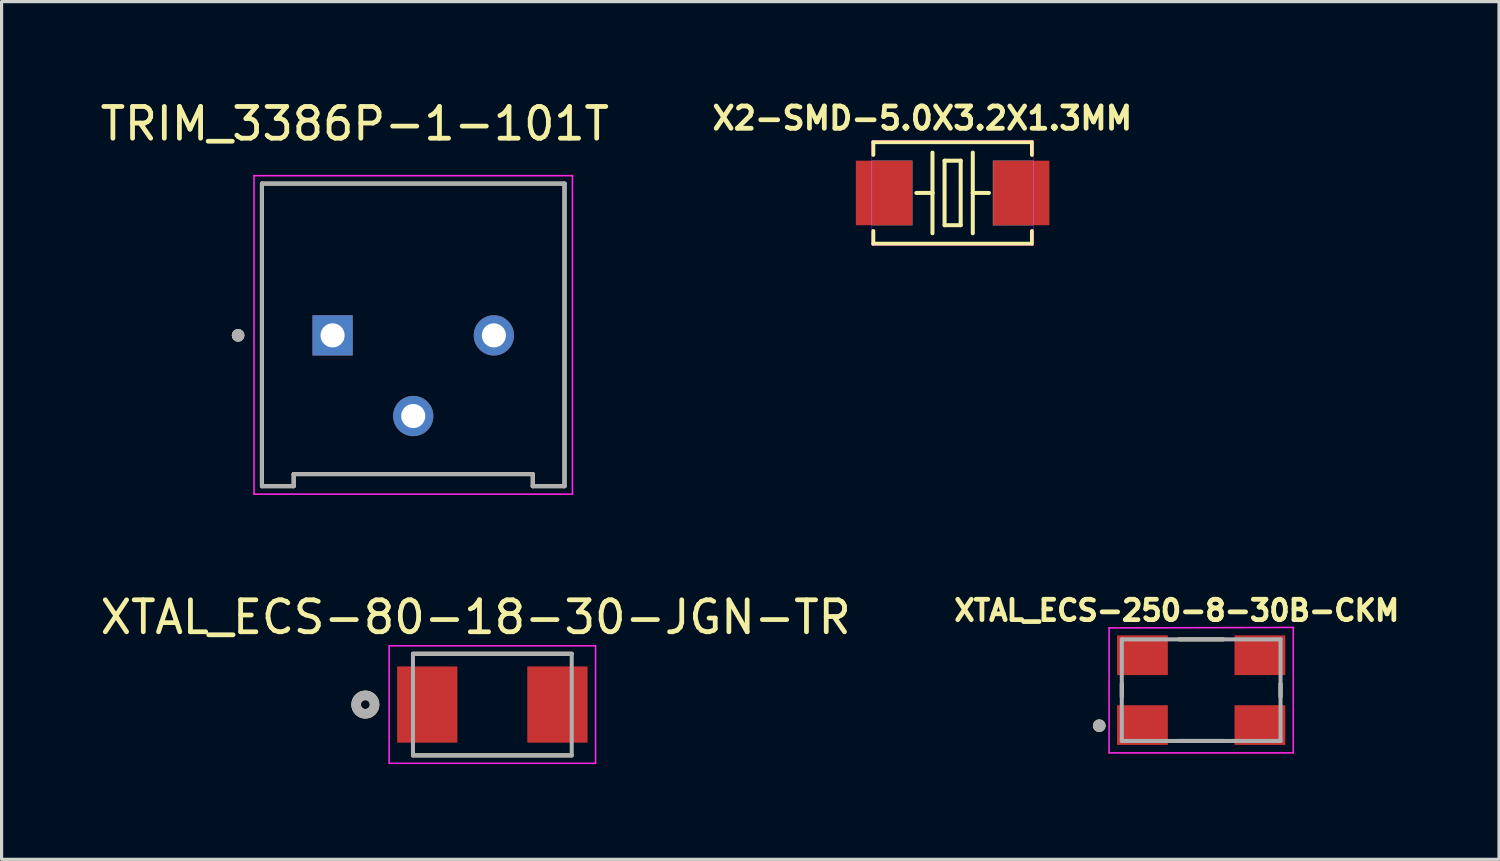
<source format=kicad_pcb>
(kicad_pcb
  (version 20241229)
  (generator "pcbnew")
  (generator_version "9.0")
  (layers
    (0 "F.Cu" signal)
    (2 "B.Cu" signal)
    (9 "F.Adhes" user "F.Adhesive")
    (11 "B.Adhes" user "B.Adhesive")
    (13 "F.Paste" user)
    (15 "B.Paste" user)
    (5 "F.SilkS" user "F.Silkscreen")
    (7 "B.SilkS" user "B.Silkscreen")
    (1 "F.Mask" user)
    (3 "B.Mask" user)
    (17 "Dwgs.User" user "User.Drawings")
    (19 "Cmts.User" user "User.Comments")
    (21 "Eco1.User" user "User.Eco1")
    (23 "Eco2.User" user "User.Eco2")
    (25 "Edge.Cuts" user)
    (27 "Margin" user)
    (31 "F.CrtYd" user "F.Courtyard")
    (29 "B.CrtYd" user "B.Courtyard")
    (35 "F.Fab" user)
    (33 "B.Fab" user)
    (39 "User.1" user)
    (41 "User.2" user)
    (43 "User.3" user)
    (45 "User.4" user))
  (footprint "XTAL_ECS-250-8-30B-CKM"
    (layer "F.Cu")
    (at 34.782 18.687)
    (property "Reference" "XTAL_ECS-250-8-30B-CKM" (at -0.769 -2.51 0) (layer "F.SilkS") (effects (font (size 0.641 0.641) (thickness 0.15))))
    (attr through_hole)
    (fp_line (start -2.5 0.2) (end -2.5 -0.2) (stroke (width 0.127) (type solid)) (layer "F.SilkS"))
    (fp_line (start -0.7 1.6) (end 0.7 1.6) (stroke (width 0.127) (type solid)) (layer "F.SilkS"))
    (fp_line (start 0.7 -1.6) (end -0.7 -1.6) (stroke (width 0.127) (type solid)) (layer "F.SilkS"))
    (fp_line (start 2.5 0.2) (end 2.5 -0.2) (stroke (width 0.127) (type solid)) (layer "F.SilkS"))
    (fp_circle (center -3.21 1.12) (end -3.11 1.12) (stroke (width 0.2) (type solid)) (fill no) (layer "F.SilkS"))
    (fp_line (start -2.9 -1.96) (end -2.9 1.975) (stroke (width 0.05) (type solid)) (layer "F.CrtYd"))
    (fp_line (start -2.9 1.975) (end 2.9 1.975) (stroke (width 0.05) (type solid)) (layer "F.CrtYd"))
    (fp_line (start 2.9 -1.975) (end -2.9 -1.96) (stroke (width 0.05) (type solid)) (layer "F.CrtYd"))
    (fp_line (start 2.9 1.975) (end 2.9 -1.975) (stroke (width 0.05) (type solid)) (layer "F.CrtYd"))
    (fp_line (start -2.5 -1.6) (end -2.5 1.6) (stroke (width 0.127) (type solid)) (layer "F.Fab"))
    (fp_line (start -2.5 1.6) (end 2.5 1.6) (stroke (width 0.127) (type solid)) (layer "F.Fab"))
    (fp_line (start 2.5 -1.6) (end -2.5 -1.6) (stroke (width 0.127) (type solid)) (layer "F.Fab"))
    (fp_line (start 2.5 1.6) (end 2.5 -1.6) (stroke (width 0.127) (type solid)) (layer "F.Fab"))
    (fp_circle (center -3.21 1.12) (end -3.11 1.12) (stroke (width 0.2) (type solid)) (fill no) (layer "F.Fab"))
    (pad "1" smd rect (at -1.85 1.1 180) (size 1.6 1.25) (layers "F.Cu" "F.Mask" "F.Paste"))
    (pad "2" smd rect (at 1.85 1.1 180) (size 1.6 1.25) (layers "F.Cu" "F.Mask" "F.Paste"))
    (pad "3" smd rect (at 1.85 -1.1 180) (size 1.6 1.25) (layers "F.Cu" "F.Mask" "F.Paste"))
    (pad "4" smd rect (at -1.85 -1.1 180) (size 1.6 1.25) (layers "F.Cu" "F.Mask" "F.Paste")))
  (footprint "TRIM_3386P-1-101T"
    (layer "F.Cu")
    (at 9.965 7.498)
    (property "Reference" "TRIM_3386P-1-101T" (at -1.84 -6.65 0) (layer "F.SilkS") (effects (font (size 1 1) (thickness 0.15))))
    (attr through_hole)
    (fp_line (start -4.765 -4.765) (end 4.765 -4.765) (stroke (width 0.127) (type solid)) (layer "F.SilkS"))
    (fp_line (start -4.765 4.765) (end -4.765 -4.765) (stroke (width 0.127) (type solid)) (layer "F.SilkS"))
    (fp_line (start -3.765 4.385) (end -3.765 4.765) (stroke (width 0.127) (type solid)) (layer "F.SilkS"))
    (fp_line (start -3.765 4.765) (end -4.765 4.765) (stroke (width 0.127) (type solid)) (layer "F.SilkS"))
    (fp_line (start 3.765 4.385) (end -3.765 4.385) (stroke (width 0.127) (type solid)) (layer "F.SilkS"))
    (fp_line (start 3.765 4.765) (end 3.765 4.385) (stroke (width 0.127) (type solid)) (layer "F.SilkS"))
    (fp_line (start 4.765 -4.765) (end 4.765 4.765) (stroke (width 0.127) (type solid)) (layer "F.SilkS"))
    (fp_line (start 4.765 4.765) (end 3.765 4.765) (stroke (width 0.127) (type solid)) (layer "F.SilkS"))
    (fp_circle (center -5.515 0.015) (end -5.415 0.015) (stroke (width 0.2) (type solid)) (fill no) (layer "F.SilkS"))
    (fp_line (start -5.015 -5.015) (end -5.015 5.015) (stroke (width 0.05) (type solid)) (layer "F.CrtYd"))
    (fp_line (start -5.015 5.015) (end 5.015 5.015) (stroke (width 0.05) (type solid)) (layer "F.CrtYd"))
    (fp_line (start 5.015 -5.015) (end -5.015 -5.015) (stroke (width 0.05) (type solid)) (layer "F.CrtYd"))
    (fp_line (start 5.015 5.015) (end 5.015 -5.015) (stroke (width 0.05) (type solid)) (layer "F.CrtYd"))
    (fp_line (start -4.765 -4.765) (end 4.765 -4.765) (stroke (width 0.127) (type solid)) (layer "F.Fab"))
    (fp_line (start -4.765 4.765) (end -4.765 -4.765) (stroke (width 0.127) (type solid)) (layer "F.Fab"))
    (fp_line (start -3.765 4.385) (end -3.765 4.765) (stroke (width 0.127) (type solid)) (layer "F.Fab"))
    (fp_line (start -3.765 4.765) (end -4.765 4.765) (stroke (width 0.127) (type solid)) (layer "F.Fab"))
    (fp_line (start 3.765 4.385) (end -3.765 4.385) (stroke (width 0.127) (type solid)) (layer "F.Fab"))
    (fp_line (start 3.765 4.765) (end 3.765 4.385) (stroke (width 0.127) (type solid)) (layer "F.Fab"))
    (fp_line (start 4.765 -4.765) (end 4.765 4.765) (stroke (width 0.127) (type solid)) (layer "F.Fab"))
    (fp_line (start 4.765 4.765) (end 3.765 4.765) (stroke (width 0.127) (type solid)) (layer "F.Fab"))
    (fp_circle (center -5.515 0.015) (end -5.415 0.015) (stroke (width 0.2) (type solid)) (fill no) (layer "F.Fab"))
    (pad "1" thru_hole rect (at -2.54 0.015) (size 1.268 1.268) (drill 0.76) (layers "*.Cu" "*.Mask"))
    (pad "2" thru_hole circle (at 0 2.555) (size 1.268 1.268) (drill 0.76) (layers "*.Cu" "*.Mask"))
    (pad "3" thru_hole circle (at 2.54 0.015) (size 1.268 1.268) (drill 0.76) (layers "*.Cu" "*.Mask")))
  (footprint "X2-SMD-5.0X3.2X1.3MM"
    (layer "F.Cu")
    (at 26.954 3.027)
    (property "Reference" "X2-SMD-5.0X3.2X1.3MM" (at -0.954 -2.354 0) (layer "F.SilkS") (effects (font (size 0.701 0.701) (thickness 0.15))))
    (attr smd)
    (fp_line (start -2.5 -1.6) (end -2.5 -1.2) (stroke (width 0.127) (type solid)) (layer "F.SilkS"))
    (fp_line (start -2.5 1.2) (end -2.5 1.6) (stroke (width 0.127) (type solid)) (layer "F.SilkS"))
    (fp_line (start -2.5 1.6) (end 2.5 1.6) (stroke (width 0.127) (type solid)) (layer "F.SilkS"))
    (fp_line (start -0.635 -1.27) (end -0.635 0) (stroke (width 0.127) (type solid)) (layer "F.SilkS"))
    (fp_line (start -0.635 0) (end -1.143 0) (stroke (width 0.127) (type solid)) (layer "F.SilkS"))
    (fp_line (start -0.635 0) (end -0.635 1.27) (stroke (width 0.127) (type solid)) (layer "F.SilkS"))
    (fp_line (start -0.254 -1.016) (end -0.254 1.016) (stroke (width 0.127) (type solid)) (layer "F.SilkS"))
    (fp_line (start -0.254 1.016) (end 0.254 1.016) (stroke (width 0.127) (type solid)) (layer "F.SilkS"))
    (fp_line (start 0.254 -1.016) (end -0.254 -1.016) (stroke (width 0.127) (type solid)) (layer "F.SilkS"))
    (fp_line (start 0.254 1.016) (end 0.254 -1.016) (stroke (width 0.127) (type solid)) (layer "F.SilkS"))
    (fp_line (start 0.635 -1.27) (end 0.635 0) (stroke (width 0.127) (type solid)) (layer "F.SilkS"))
    (fp_line (start 0.635 0) (end 0.635 1.27) (stroke (width 0.127) (type solid)) (layer "F.SilkS"))
    (fp_line (start 0.635 0) (end 1.143 0) (stroke (width 0.127) (type solid)) (layer "F.SilkS"))
    (fp_line (start 2.5 -1.6) (end -2.5 -1.6) (stroke (width 0.127) (type solid)) (layer "F.SilkS"))
    (fp_line (start 2.5 -1.2) (end 2.5 -1.6) (stroke (width 0.127) (type solid)) (layer "F.SilkS"))
    (fp_line (start 2.5 1.6) (end 2.5 1.2) (stroke (width 0.127) (type solid)) (layer "F.SilkS"))
    (fp_poly (pts (xy -2.544 -1.651) (xy 2.54 -1.651) (xy 2.54 1.654) (xy -2.544 1.654)) (stroke (width 0.01) (type solid)) (fill no) (layer "F.CrtYd"))
    (fp_poly (pts (xy -2.544 -1.016) (xy -1.27 -1.016) (xy -1.27 1.018) (xy -2.544 1.018)) (stroke (width 0.01) (type solid)) (fill no) (layer "F.Fab"))
    (fp_poly (pts (xy 1.272 -1.016) (xy 2.54 -1.016) (xy 2.54 1.017) (xy 1.272 1.017)) (stroke (width 0.01) (type solid)) (fill no) (layer "F.Fab"))
    (pad "1" smd rect (at -2.159 0) (size 1.778 2.032) (layers "F.Cu" "F.Mask" "F.Paste"))
    (pad "2" smd rect (at 2.159 0) (size 1.778 2.032) (layers "F.Cu" "F.Mask" "F.Paste")))
  (footprint "XTAL_ECS-80-18-30-JGN-TR"
    (layer "F.Cu")
    (at 12.457 19.141)
    (property "Reference" "XTAL_ECS-80-18-30-JGN-TR" (at -0.526 -2.751 0) (layer "F.SilkS") (effects (font (size 1.006 1.006) (thickness 0.15))))
    (attr through_hole)
    (fp_line (start -2.5 1.6) (end 2.5 1.6) (stroke (width 0.127) (type solid)) (layer "F.SilkS"))
    (fp_line (start 2.5 -1.6) (end -2.5 -1.6) (stroke (width 0.127) (type solid)) (layer "F.SilkS"))
    (fp_circle (center -4 0) (end -3.859 0) (stroke (width 0.3) (type solid)) (fill no) (layer "F.SilkS"))
    (fp_line (start -3.25 -1.85) (end -3.25 1.85) (stroke (width 0.05) (type solid)) (layer "F.CrtYd"))
    (fp_line (start -3.25 1.85) (end 3.25 1.85) (stroke (width 0.05) (type solid)) (layer "F.CrtYd"))
    (fp_line (start 3.25 -1.85) (end -3.25 -1.85) (stroke (width 0.05) (type solid)) (layer "F.CrtYd"))
    (fp_line (start 3.25 1.85) (end 3.25 -1.85) (stroke (width 0.05) (type solid)) (layer "F.CrtYd"))
    (fp_line (start -2.5 -1.6) (end -2.5 1.6) (stroke (width 0.127) (type solid)) (layer "F.Fab"))
    (fp_line (start -2.5 1.6) (end 2.5 1.6) (stroke (width 0.127) (type solid)) (layer "F.Fab"))
    (fp_line (start 2.5 -1.6) (end -2.5 -1.6) (stroke (width 0.127) (type solid)) (layer "F.Fab"))
    (fp_line (start 2.5 1.6) (end 2.5 -1.6) (stroke (width 0.127) (type solid)) (layer "F.Fab"))
    (fp_circle (center -4 0) (end -3.859 0) (stroke (width 0.3) (type solid)) (fill no) (layer "F.Fab"))
    (pad "1" smd rect (at -2.05 0) (size 1.9 2.4) (layers "F.Cu" "F.Mask" "F.Paste"))
    (pad "2" smd rect (at 2.05 0) (size 1.9 2.4) (layers "F.Cu" "F.Mask" "F.Paste")))
  (gr_rect
    (start -3 -3)
    (end 44.163 24.016)
    (stroke (width 0.1) (type default))
    (fill no)
    (layer "Edge.Cuts")))
</source>
